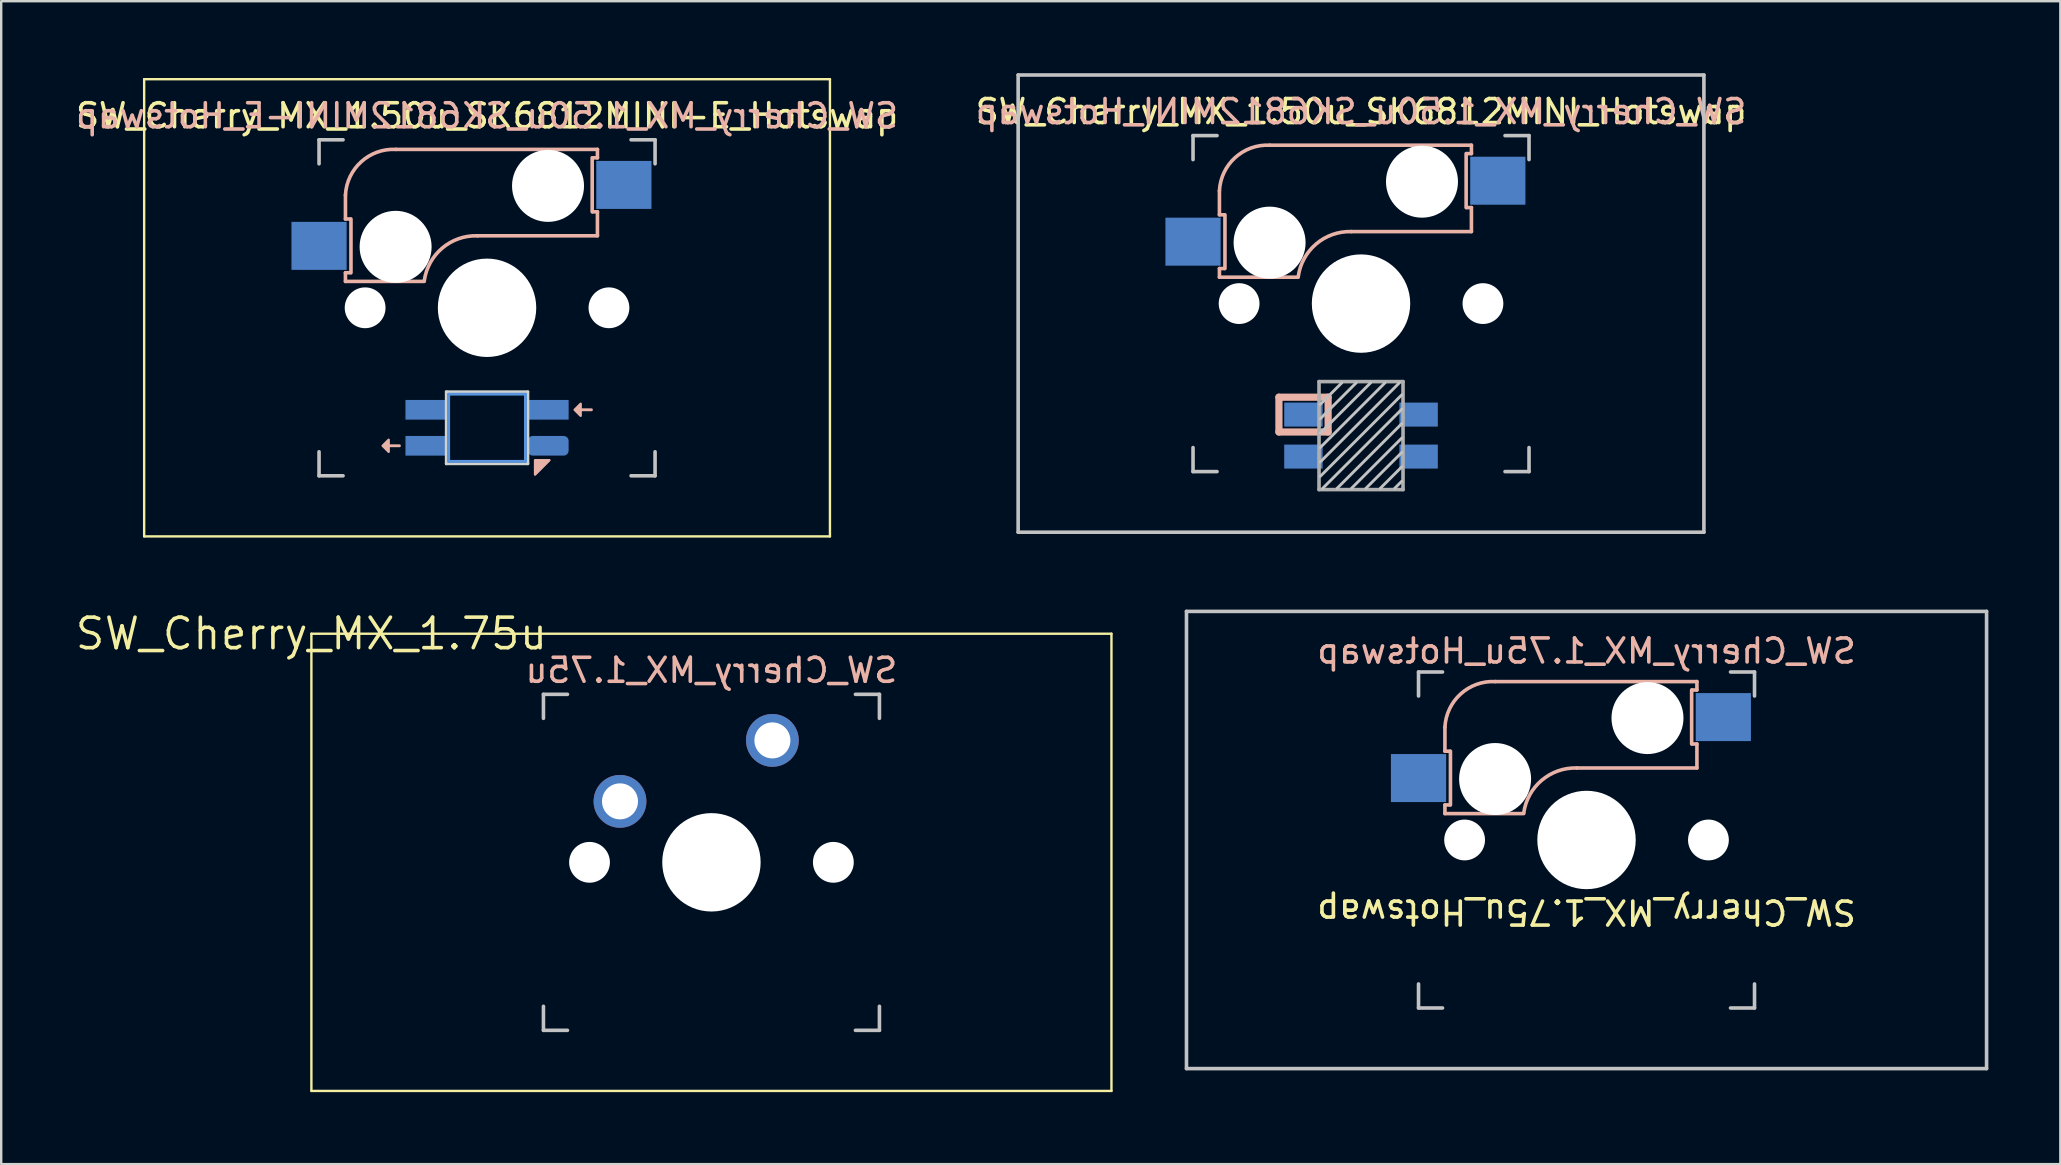
<source format=kicad_pcb>
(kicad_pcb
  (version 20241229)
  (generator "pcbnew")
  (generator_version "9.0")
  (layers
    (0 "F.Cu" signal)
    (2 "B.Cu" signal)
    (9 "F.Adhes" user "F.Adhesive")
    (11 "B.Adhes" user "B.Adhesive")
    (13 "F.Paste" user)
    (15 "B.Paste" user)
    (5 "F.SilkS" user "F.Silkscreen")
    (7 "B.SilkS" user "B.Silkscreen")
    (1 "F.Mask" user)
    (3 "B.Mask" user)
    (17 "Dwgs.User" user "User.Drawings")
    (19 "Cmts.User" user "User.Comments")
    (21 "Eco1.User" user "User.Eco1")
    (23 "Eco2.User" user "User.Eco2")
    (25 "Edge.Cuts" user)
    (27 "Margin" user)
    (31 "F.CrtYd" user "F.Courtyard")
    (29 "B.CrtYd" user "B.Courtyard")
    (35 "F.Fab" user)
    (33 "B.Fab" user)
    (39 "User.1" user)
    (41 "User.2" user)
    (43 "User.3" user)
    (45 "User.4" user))
  (footprint "SW_Cherry_MX_1.50u_SK6812MINI-E_Hotswap"
    (layer "F.Cu")
    (at 2.957 0.25)
    (property "Reference" "SW_Cherry_MX_1.50u_SK6812MINI-E_Hotswap" (at 14.287 1.525 0) (unlocked yes) (layer "F.SilkS") (effects (font (size 1 1) (thickness 0.15))))
    (attr through_hole)
    (fp_line (start 0 0) (end 28.575 0) (stroke (width 0.1) (type solid)) (layer "F.SilkS"))
    (fp_line (start 0 19.05) (end 0 0) (stroke (width 0.1) (type solid)) (layer "F.SilkS"))
    (fp_line (start 28.575 0) (end 28.575 19.05) (stroke (width 0.1) (type solid)) (layer "F.SilkS"))
    (fp_line (start 28.575 19.05) (end 0 19.05) (stroke (width 0.1) (type solid)) (layer "F.SilkS"))
    (fp_line (start 8.387 4.825) (end 8.387 5.825) (stroke (width 0.15) (type solid)) (layer "B.SilkS"))
    (fp_line (start 8.387 5.825) (end 8.588 5.825) (stroke (width 0.15) (type solid)) (layer "B.SilkS"))
    (fp_line (start 8.387 8.425) (end 8.387 8.065) (stroke (width 0.15) (type solid)) (layer "B.SilkS"))
    (fp_line (start 8.387 8.425) (end 11.668 8.425) (stroke (width 0.15) (type solid)) (layer "B.SilkS"))
    (fp_line (start 8.588 8.065) (end 8.387 8.065) (stroke (width 0.15) (type solid)) (layer "B.SilkS"))
    (fp_line (start 8.617 5.825) (end 8.617 8.065) (stroke (width 0.15) (type solid)) (layer "B.SilkS"))
    (fp_line (start 10.188 15.275) (end 10.637 15.275) (stroke (width 0.12) (type solid)) (layer "B.SilkS"))
    (fp_line (start 13.887 6.525) (end 18.887 6.525) (stroke (width 0.15) (type solid)) (layer "B.SilkS"))
    (fp_line (start 18.188 13.775) (end 18.637 13.775) (stroke (width 0.12) (type solid)) (layer "B.SilkS"))
    (fp_line (start 18.668 5.525) (end 18.668 3.275) (stroke (width 0.15) (type solid)) (layer "B.SilkS"))
    (fp_line (start 18.688 3.275) (end 18.887 3.275) (stroke (width 0.15) (type solid)) (layer "B.SilkS"))
    (fp_line (start 18.887 2.925) (end 10.487 2.925) (stroke (width 0.15) (type solid)) (layer "B.SilkS"))
    (fp_line (start 18.887 3.275) (end 18.887 2.925) (stroke (width 0.15) (type solid)) (layer "B.SilkS"))
    (fp_line (start 18.887 5.525) (end 18.688 5.525) (stroke (width 0.15) (type solid)) (layer "B.SilkS"))
    (fp_line (start 18.887 6.525) (end 18.887 5.525) (stroke (width 0.15) (type solid)) (layer "B.SilkS"))
    (fp_arc (start 8.3875 4.825001) (mid 9.043996 3.440076) (end 10.487499 2.925) (stroke (width 0.15) (type solid)) (layer "B.SilkS"))
    (fp_arc (start 11.671182 8.403529) (mid 12.418791 7.038882) (end 13.8875 6.525) (stroke (width 0.15) (type solid)) (layer "B.SilkS"))
    (fp_poly (pts (xy 10.188 15.025) (xy 9.938 15.275) (xy 10.188 15.525)) (stroke (width 0.1) (type solid)) (fill yes) (layer "B.SilkS"))
    (fp_poly (pts (xy 16.288 16.475) (xy 16.288 15.875) (xy 16.887 15.875)) (stroke (width 0.1) (type solid)) (fill yes) (layer "B.SilkS"))
    (fp_poly (pts (xy 18.188 13.525) (xy 17.938 13.775) (xy 18.188 14.025)) (stroke (width 0.1) (type solid)) (fill yes) (layer "B.SilkS"))
    (fp_line (start 7.287 2.525) (end 8.287 2.525) (stroke (width 0.15) (type solid)) (layer "Dwgs.User"))
    (fp_line (start 7.287 3.525) (end 7.287 2.525) (stroke (width 0.15) (type solid)) (layer "Dwgs.User"))
    (fp_line (start 7.287 15.525) (end 7.287 16.525) (stroke (width 0.15) (type solid)) (layer "Dwgs.User"))
    (fp_line (start 7.287 16.525) (end 8.287 16.525) (stroke (width 0.15) (type solid)) (layer "Dwgs.User"))
    (fp_line (start 20.288 16.525) (end 21.288 16.525) (stroke (width 0.15) (type solid)) (layer "Dwgs.User"))
    (fp_line (start 21.288 2.525) (end 20.288 2.525) (stroke (width 0.15) (type solid)) (layer "Dwgs.User"))
    (fp_line (start 21.288 2.525) (end 21.288 3.525) (stroke (width 0.15) (type solid)) (layer "Dwgs.User"))
    (fp_line (start 21.288 16.525) (end 21.288 15.525) (stroke (width 0.15) (type solid)) (layer "Dwgs.User"))
    (fp_line (start 12.688 13.125) (end 15.887 13.125) (stroke (width 0.12) (type solid)) (layer "Cmts.User"))
    (fp_line (start 12.688 15.925) (end 12.688 13.125) (stroke (width 0.12) (type solid)) (layer "Cmts.User"))
    (fp_line (start 15.887 13.125) (end 15.887 15.925) (stroke (width 0.12) (type solid)) (layer "Cmts.User"))
    (fp_line (start 15.887 15.925) (end 12.688 15.925) (stroke (width 0.12) (type solid)) (layer "Cmts.User"))
    (fp_line (start 7.24 2.48) (end 21.34 2.48) (stroke (width 0.05) (type solid)) (layer "Eco1.User"))
    (fp_line (start 7.24 16.58) (end 7.24 2.48) (stroke (width 0.05) (type solid)) (layer "Eco1.User"))
    (fp_line (start 21.34 2.48) (end 21.34 16.58) (stroke (width 0.05) (type solid)) (layer "Eco1.User"))
    (fp_line (start 21.34 16.58) (end 7.24 16.58) (stroke (width 0.05) (type solid)) (layer "Eco1.User"))
    (fp_line (start 12.588 13.025) (end 15.988 13.025) (stroke (width 0.12) (type solid)) (layer "Edge.Cuts"))
    (fp_line (start 12.588 16.025) (end 12.588 13.025) (stroke (width 0.12) (type solid)) (layer "Edge.Cuts"))
    (fp_line (start 15.988 13.025) (end 15.988 16.025) (stroke (width 0.12) (type solid)) (layer "Edge.Cuts"))
    (fp_line (start 15.988 16.025) (end 12.588 16.025) (stroke (width 0.12) (type solid)) (layer "Edge.Cuts"))
    (fp_text user "${REFERENCE}" (at 14.287 1.525 0) (layer "B.SilkS") (effects (font (size 1 1) (thickness 0.15)) (justify mirror)))
    (pad "" np_thru_hole circle (at 9.207 9.525) (size 1.7 1.7) (drill 1.7) (layers "*.Cu" "*.Mask"))
    (pad "" np_thru_hole circle (at 10.477 6.985 180) (size 3 3) (drill 3) (layers "*.Cu" "*.Mask"))
    (pad "" np_thru_hole circle (at 14.287 9.525 90) (size 4.1 4.1) (drill 4.1) (layers "*.Cu" "*.Mask"))
    (pad "" np_thru_hole circle (at 16.828 4.445 180) (size 3 3) (drill 3) (layers "*.Cu" "*.Mask"))
    (pad "" np_thru_hole circle (at 19.367 9.525) (size 1.7 1.7) (drill 1.7) (layers "*.Cu" "*.Mask"))
    (pad "1" smd rect (at 7.287 6.945 180) (size 2.3 2) (layers "B.Cu" "B.Mask" "B.Paste"))
    (pad "2" smd rect (at 19.988 4.405 180) (size 2.3 2) (layers "B.Cu" "B.Mask" "B.Paste"))
    (pad "3" smd rect (at 11.738 13.775) (size 1.7 0.82) (layers "B.Cu" "B.Mask" "B.Paste"))
    (pad "4" smd rect (at 11.738 15.275) (size 1.7 0.82) (layers "B.Cu" "B.Mask" "B.Paste"))
    (pad "5" smd roundrect (at 16.837 15.275) (size 1.7 0.82) (layers "B.Cu" "B.Mask" "B.Paste") (roundrect_rratio 0.25))
    (pad "6" smd rect (at 16.837 13.775) (size 1.7 0.82) (layers "B.Cu" "B.Mask" "B.Paste")))
  (footprint "SW_Cherry_MX_1.75u_Hotswap"
    (layer "F.Cu")
    (at 63.057 31.95)
    (property "Reference" "SW_Cherry_MX_1.75u_Hotswap" (at 0 3 180) (unlocked yes) (layer "F.SilkS") (effects (font (size 1 1) (thickness 0.15))))
    (attr through_hole)
    (fp_line (start -5.9 -4.7) (end -5.9 -3.7) (stroke (width 0.15) (type solid)) (layer "B.SilkS"))
    (fp_line (start -5.9 -3.7) (end -5.7 -3.7) (stroke (width 0.15) (type solid)) (layer "B.SilkS"))
    (fp_line (start -5.9 -1.1) (end -5.9 -1.46) (stroke (width 0.15) (type solid)) (layer "B.SilkS"))
    (fp_line (start -5.9 -1.1) (end -2.62 -1.1) (stroke (width 0.15) (type solid)) (layer "B.SilkS"))
    (fp_line (start -5.7 -1.46) (end -5.9 -1.46) (stroke (width 0.15) (type solid)) (layer "B.SilkS"))
    (fp_line (start -5.67 -3.7) (end -5.67 -1.46) (stroke (width 0.15) (type solid)) (layer "B.SilkS"))
    (fp_line (start -0.4 -3) (end 4.6 -3) (stroke (width 0.15) (type solid)) (layer "B.SilkS"))
    (fp_line (start 4.38 -4) (end 4.38 -6.25) (stroke (width 0.15) (type solid)) (layer "B.SilkS"))
    (fp_line (start 4.4 -6.25) (end 4.6 -6.25) (stroke (width 0.15) (type solid)) (layer "B.SilkS"))
    (fp_line (start 4.6 -6.6) (end -3.8 -6.6) (stroke (width 0.15) (type solid)) (layer "B.SilkS"))
    (fp_line (start 4.6 -6.25) (end 4.6 -6.6) (stroke (width 0.15) (type solid)) (layer "B.SilkS"))
    (fp_line (start 4.6 -4) (end 4.4 -4) (stroke (width 0.15) (type solid)) (layer "B.SilkS"))
    (fp_line (start 4.6 -3) (end 4.6 -4) (stroke (width 0.15) (type solid)) (layer "B.SilkS"))
    (fp_arc (start -5.9 -4.699999) (mid -5.243504 -6.084924) (end -3.800001 -6.6) (stroke (width 0.15) (type solid)) (layer "B.SilkS"))
    (fp_arc (start -2.616318 -1.121471) (mid -1.868709 -2.486118) (end -0.4 -3) (stroke (width 0.15) (type solid)) (layer "B.SilkS"))
    (fp_line (start -16.669 -9.525) (end 16.669 -9.525) (stroke (width 0.15) (type solid)) (layer "Dwgs.User"))
    (fp_line (start -16.669 9.525) (end -16.669 -9.525) (stroke (width 0.15) (type solid)) (layer "Dwgs.User"))
    (fp_line (start -7 -7) (end -6 -7) (stroke (width 0.15) (type solid)) (layer "Dwgs.User"))
    (fp_line (start -7 -6) (end -7 -7) (stroke (width 0.15) (type solid)) (layer "Dwgs.User"))
    (fp_line (start -7 6) (end -7 7) (stroke (width 0.15) (type solid)) (layer "Dwgs.User"))
    (fp_line (start -7 7) (end -6 7) (stroke (width 0.15) (type solid)) (layer "Dwgs.User"))
    (fp_line (start 6 7) (end 7 7) (stroke (width 0.15) (type solid)) (layer "Dwgs.User"))
    (fp_line (start 7 -7) (end 6 -7) (stroke (width 0.15) (type solid)) (layer "Dwgs.User"))
    (fp_line (start 7 -7) (end 7 -6) (stroke (width 0.15) (type solid)) (layer "Dwgs.User"))
    (fp_line (start 7 7) (end 7 6) (stroke (width 0.15) (type solid)) (layer "Dwgs.User"))
    (fp_line (start 16.669 -9.525) (end 16.669 9.525) (stroke (width 0.15) (type solid)) (layer "Dwgs.User"))
    (fp_line (start 16.669 9.525) (end -16.669 9.525) (stroke (width 0.15) (type solid)) (layer "Dwgs.User"))
    (fp_line (start -6.985 -6.985) (end 6.985 -6.985) (stroke (width 0.05) (type solid)) (layer "Eco1.User"))
    (fp_line (start -6.985 6.985) (end -6.985 -6.985) (stroke (width 0.05) (type solid)) (layer "Eco1.User"))
    (fp_line (start 6.985 -6.985) (end 6.985 6.985) (stroke (width 0.05) (type solid)) (layer "Eco1.User"))
    (fp_line (start 6.985 6.985) (end -6.985 6.985) (stroke (width 0.05) (type solid)) (layer "Eco1.User"))
    (fp_text user "${REFERENCE}" (at 0 -7.874 0) (layer "B.SilkS") (effects (font (size 1 1) (thickness 0.15)) (justify mirror)))
    (pad "" np_thru_hole circle (at -5.08 0) (size 1.7 1.7) (drill 1.7) (layers "*.Cu" "*.Mask"))
    (pad "" np_thru_hole circle (at -3.81 -2.54 180) (size 3 3) (drill 3) (layers "*.Cu" "*.Mask"))
    (pad "" np_thru_hole circle (at 0 0 90) (size 4.1 4.1) (drill 4.1) (layers "*.Cu" "*.Mask"))
    (pad "" np_thru_hole circle (at 2.54 -5.08 180) (size 3 3) (drill 3) (layers "*.Cu" "*.Mask"))
    (pad "" np_thru_hole circle (at 5.08 0) (size 1.7 1.7) (drill 1.7) (layers "*.Cu" "*.Mask"))
    (pad "1" smd rect (at -7 -2.58 180) (size 2.3 2) (layers "B.Cu" "B.Mask" "B.Paste"))
    (pad "2" smd rect (at 5.7 -5.12 180) (size 2.3 2) (layers "B.Cu" "B.Mask" "B.Paste")))
  (footprint "SW_Cherry_MX_1.75u"
    (layer "F.Cu")
    (at 9.925 23.356)
    (property "Reference" "SW_Cherry_MX_1.75u" (at 0 0 0) (layer "F.SilkS") (effects (font (size 1.27 1.27) (thickness 0.15))))
    (attr through_hole)
    (fp_line (start 0 0) (end 33.337 0) (stroke (width 0.1) (type solid)) (layer "F.SilkS"))
    (fp_line (start 0 19.05) (end 0 0) (stroke (width 0.1) (type solid)) (layer "F.SilkS"))
    (fp_line (start 33.337 0) (end 33.337 19.05) (stroke (width 0.1) (type solid)) (layer "F.SilkS"))
    (fp_line (start 33.337 19.05) (end 0 19.05) (stroke (width 0.1) (type solid)) (layer "F.SilkS"))
    (fp_line (start 9.669 2.525) (end 10.669 2.525) (stroke (width 0.15) (type solid)) (layer "Dwgs.User"))
    (fp_line (start 9.669 3.525) (end 9.669 2.525) (stroke (width 0.15) (type solid)) (layer "Dwgs.User"))
    (fp_line (start 9.669 15.525) (end 9.669 16.525) (stroke (width 0.15) (type solid)) (layer "Dwgs.User"))
    (fp_line (start 9.669 16.525) (end 10.669 16.525) (stroke (width 0.15) (type solid)) (layer "Dwgs.User"))
    (fp_line (start 22.669 16.525) (end 23.669 16.525) (stroke (width 0.15) (type solid)) (layer "Dwgs.User"))
    (fp_line (start 23.669 2.525) (end 22.669 2.525) (stroke (width 0.15) (type solid)) (layer "Dwgs.User"))
    (fp_line (start 23.669 2.525) (end 23.669 3.525) (stroke (width 0.15) (type solid)) (layer "Dwgs.User"))
    (fp_line (start 23.669 16.525) (end 23.669 15.525) (stroke (width 0.15) (type solid)) (layer "Dwgs.User"))
    (fp_line (start 9.62 2.48) (end 23.72 2.48) (stroke (width 0.05) (type solid)) (layer "Eco1.User"))
    (fp_line (start 9.62 16.58) (end 9.62 2.48) (stroke (width 0.05) (type solid)) (layer "Eco1.User"))
    (fp_line (start 23.72 2.48) (end 23.72 16.58) (stroke (width 0.05) (type solid)) (layer "Eco1.User"))
    (fp_line (start 23.72 16.58) (end 9.62 16.58) (stroke (width 0.05) (type solid)) (layer "Eco1.User"))
    (fp_text user "${REFERENCE}" (at 16.669 1.525 0) (layer "B.SilkS") (effects (font (size 1 1) (thickness 0.15)) (justify mirror)))
    (pad "" np_thru_hole circle (at 11.589 9.525) (size 1.7 1.7) (drill 1.7) (layers "*.Cu" "*.Mask"))
    (pad "" np_thru_hole circle (at 16.669 9.525 90) (size 4.1 4.1) (drill 4.1) (layers "*.Cu" "*.Mask"))
    (pad "" np_thru_hole circle (at 21.749 9.525) (size 1.7 1.7) (drill 1.7) (layers "*.Cu" "*.Mask"))
    (pad "1" thru_hole circle (at 12.859 6.985 180) (size 2.2 2.2) (drill 1.5) (layers "*.Cu" "*.Mask"))
    (pad "2" thru_hole circle (at 19.209 4.445 180) (size 2.2 2.2) (drill 1.5) (layers "*.Cu" "*.Mask")))
  (footprint "SW_Cherry_MX_1.50u_SK6812MINI_Hotswap"
    (layer "F.Cu")
    (at 53.661 9.6)
    (property "Reference" "SW_Cherry_MX_1.50u_SK6812MINI_Hotswap" (at 0 -8 0) (unlocked yes) (layer "F.SilkS") (effects (font (size 1 1) (thickness 0.15))))
    (attr through_hole)
    (fp_line (start -5.9 -4.7) (end -5.9 -3.7) (stroke (width 0.15) (type solid)) (layer "B.SilkS"))
    (fp_line (start -5.9 -3.7) (end -5.7 -3.7) (stroke (width 0.15) (type solid)) (layer "B.SilkS"))
    (fp_line (start -5.9 -1.1) (end -5.9 -1.46) (stroke (width 0.15) (type solid)) (layer "B.SilkS"))
    (fp_line (start -5.9 -1.1) (end -2.62 -1.1) (stroke (width 0.15) (type solid)) (layer "B.SilkS"))
    (fp_line (start -5.7 -1.46) (end -5.9 -1.46) (stroke (width 0.15) (type solid)) (layer "B.SilkS"))
    (fp_line (start -5.67 -3.7) (end -5.67 -1.46) (stroke (width 0.15) (type solid)) (layer "B.SilkS"))
    (fp_line (start -3.421 3.9) (end -1.371 3.9) (stroke (width 0.3) (type solid)) (layer "B.SilkS"))
    (fp_line (start -3.421 5.35) (end -3.421 3.9) (stroke (width 0.3) (type solid)) (layer "B.SilkS"))
    (fp_line (start -1.371 3.9) (end -1.371 5.35) (stroke (width 0.3) (type solid)) (layer "B.SilkS"))
    (fp_line (start -1.371 5.35) (end -3.421 5.35) (stroke (width 0.3) (type solid)) (layer "B.SilkS"))
    (fp_line (start -0.4 -3) (end 4.6 -3) (stroke (width 0.15) (type solid)) (layer "B.SilkS"))
    (fp_line (start 4.38 -4) (end 4.38 -6.25) (stroke (width 0.15) (type solid)) (layer "B.SilkS"))
    (fp_line (start 4.4 -6.25) (end 4.6 -6.25) (stroke (width 0.15) (type solid)) (layer "B.SilkS"))
    (fp_line (start 4.6 -6.6) (end -3.8 -6.6) (stroke (width 0.15) (type solid)) (layer "B.SilkS"))
    (fp_line (start 4.6 -6.25) (end 4.6 -6.6) (stroke (width 0.15) (type solid)) (layer "B.SilkS"))
    (fp_line (start 4.6 -4) (end 4.4 -4) (stroke (width 0.15) (type solid)) (layer "B.SilkS"))
    (fp_line (start 4.6 -3) (end 4.6 -4) (stroke (width 0.15) (type solid)) (layer "B.SilkS"))
    (fp_arc (start -5.9 -4.699999) (mid -5.243504 -6.084924) (end -3.800001 -6.6) (stroke (width 0.15) (type solid)) (layer "B.SilkS"))
    (fp_arc (start -2.616318 -1.121471) (mid -1.868709 -2.486118) (end -0.4 -3) (stroke (width 0.15) (type solid)) (layer "B.SilkS"))
    (fp_line (start -14.287 -9.525) (end 14.287 -9.525) (stroke (width 0.15) (type solid)) (layer "Dwgs.User"))
    (fp_line (start -14.287 9.525) (end -14.287 -9.525) (stroke (width 0.15) (type solid)) (layer "Dwgs.User"))
    (fp_line (start -7 -7) (end -6 -7) (stroke (width 0.15) (type solid)) (layer "Dwgs.User"))
    (fp_line (start -7 -6) (end -7 -7) (stroke (width 0.15) (type solid)) (layer "Dwgs.User"))
    (fp_line (start -7 6) (end -7 7) (stroke (width 0.15) (type solid)) (layer "Dwgs.User"))
    (fp_line (start -7 7) (end -6 7) (stroke (width 0.15) (type solid)) (layer "Dwgs.User"))
    (fp_line (start -0.8 3.3) (end -1.7 4.2) (stroke (width 0.12) (type solid)) (layer "Dwgs.User"))
    (fp_line (start -0.2 3.3) (end -1.7 4.8) (stroke (width 0.12) (type solid)) (layer "Dwgs.User"))
    (fp_line (start 0.4 3.3) (end -1.7 5.4) (stroke (width 0.12) (type solid)) (layer "Dwgs.User"))
    (fp_line (start 1 3.3) (end -1.7 6) (stroke (width 0.12) (type solid)) (layer "Dwgs.User"))
    (fp_line (start 1.6 3.3) (end -1.7 6.6) (stroke (width 0.12) (type solid)) (layer "Dwgs.User"))
    (fp_line (start 1.7 3.8) (end -1.7 7.2) (stroke (width 0.12) (type solid)) (layer "Dwgs.User"))
    (fp_line (start 1.7 4.4) (end -1.6 7.7) (stroke (width 0.12) (type solid)) (layer "Dwgs.User"))
    (fp_line (start 1.7 5) (end -1 7.7) (stroke (width 0.12) (type solid)) (layer "Dwgs.User"))
    (fp_line (start 1.7 5.6) (end -0.4 7.7) (stroke (width 0.12) (type solid)) (layer "Dwgs.User"))
    (fp_line (start 1.7 6.2) (end 0.2 7.7) (stroke (width 0.12) (type solid)) (layer "Dwgs.User"))
    (fp_line (start 1.7 6.8) (end 0.8 7.7) (stroke (width 0.12) (type solid)) (layer "Dwgs.User"))
    (fp_line (start 1.7 7.4) (end 1.4 7.7) (stroke (width 0.12) (type solid)) (layer "Dwgs.User"))
    (fp_line (start 6 7) (end 7 7) (stroke (width 0.15) (type solid)) (layer "Dwgs.User"))
    (fp_line (start 7 -7) (end 6 -7) (stroke (width 0.15) (type solid)) (layer "Dwgs.User"))
    (fp_line (start 7 -7) (end 7 -6) (stroke (width 0.15) (type solid)) (layer "Dwgs.User"))
    (fp_line (start 7 7) (end 7 6) (stroke (width 0.15) (type solid)) (layer "Dwgs.User"))
    (fp_line (start 14.287 -9.525) (end 14.287 9.525) (stroke (width 0.15) (type solid)) (layer "Dwgs.User"))
    (fp_line (start 14.287 9.525) (end -14.287 9.525) (stroke (width 0.15) (type solid)) (layer "Dwgs.User"))
    (fp_line (start -7.05 -7.05) (end 7.05 -7.05) (stroke (width 0.05) (type solid)) (layer "Eco1.User"))
    (fp_line (start -7.05 7.05) (end -7.05 -7.05) (stroke (width 0.05) (type solid)) (layer "Eco1.User"))
    (fp_line (start 7.05 -7.05) (end 7.05 7.05) (stroke (width 0.05) (type solid)) (layer "Eco1.User"))
    (fp_line (start 7.05 7.05) (end -7.05 7.05) (stroke (width 0.05) (type solid)) (layer "Eco1.User"))
    (fp_line (start -1.75 3.25) (end -1.75 7.75) (stroke (width 0.15) (type solid)) (layer "F.Fab"))
    (fp_line (start -1.75 3.25) (end 1.75 3.25) (stroke (width 0.15) (type solid)) (layer "F.Fab"))
    (fp_line (start 1.75 3.25) (end 1.75 7.75) (stroke (width 0.15) (type solid)) (layer "F.Fab"))
    (fp_line (start 1.75 7.75) (end -1.75 7.75) (stroke (width 0.15) (type solid)) (layer "F.Fab"))
    (fp_text user "${REFERENCE}" (at 0 -8 0) (layer "B.SilkS") (effects (font (size 1 1) (thickness 0.15)) (justify mirror)))
    (pad "" np_thru_hole circle (at -5.08 0) (size 1.7 1.7) (drill 1.7) (layers "*.Cu" "*.Mask"))
    (pad "" np_thru_hole circle (at -3.81 -2.54 180) (size 3 3) (drill 3) (layers "*.Cu" "*.Mask"))
    (pad "" np_thru_hole circle (at 0 0 90) (size 4.1 4.1) (drill 4.1) (layers "*.Cu" "*.Mask"))
    (pad "" np_thru_hole circle (at 2.54 -5.08 180) (size 3 3) (drill 3) (layers "*.Cu" "*.Mask"))
    (pad "" np_thru_hole circle (at 5.08 0) (size 1.7 1.7) (drill 1.7) (layers "*.Cu" "*.Mask"))
    (pad "1" smd rect (at -7 -2.58 180) (size 2.3 2) (layers "B.Cu" "B.Mask" "B.Paste"))
    (pad "2" smd rect (at 5.7 -5.12 180) (size 2.3 2) (layers "B.Cu" "B.Mask" "B.Paste"))
    (pad "3" smd rect (at -2.4 4.625) (size 1.6 1) (layers "B.Cu" "B.Mask" "B.Paste"))
    (pad "4" smd rect (at -2.4 6.375) (size 1.6 1) (layers "B.Cu" "B.Mask" "B.Paste"))
    (pad "5" smd rect (at 2.4 6.375) (size 1.6 1) (layers "B.Cu" "B.Mask" "B.Paste"))
    (pad "6" smd rect (at 2.4 4.625) (size 1.6 1) (layers "B.Cu" "B.Mask" "B.Paste")))
  (gr_rect
    (start -3 -3)
    (end 82.8 45.456)
    (stroke (width 0.1) (type default))
    (fill no)
    (layer "Edge.Cuts")))
</source>
